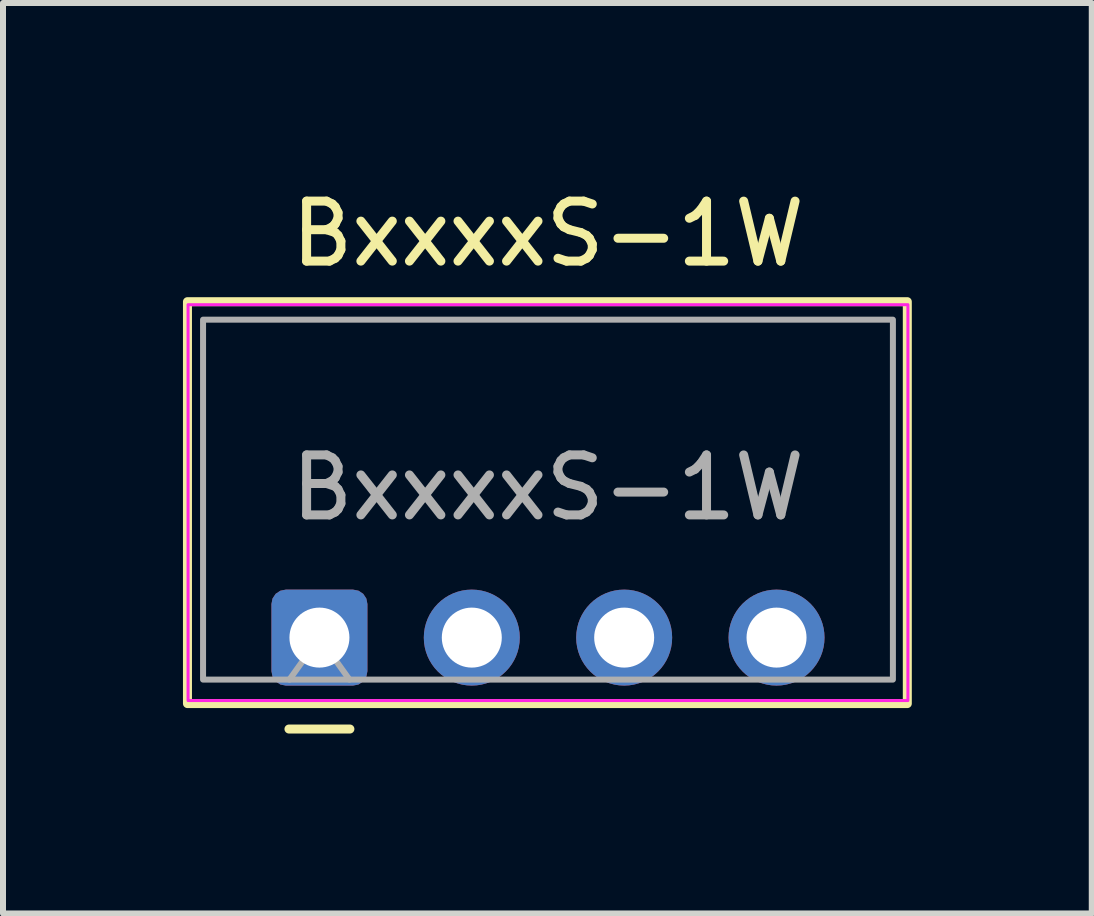
<source format=kicad_pcb>
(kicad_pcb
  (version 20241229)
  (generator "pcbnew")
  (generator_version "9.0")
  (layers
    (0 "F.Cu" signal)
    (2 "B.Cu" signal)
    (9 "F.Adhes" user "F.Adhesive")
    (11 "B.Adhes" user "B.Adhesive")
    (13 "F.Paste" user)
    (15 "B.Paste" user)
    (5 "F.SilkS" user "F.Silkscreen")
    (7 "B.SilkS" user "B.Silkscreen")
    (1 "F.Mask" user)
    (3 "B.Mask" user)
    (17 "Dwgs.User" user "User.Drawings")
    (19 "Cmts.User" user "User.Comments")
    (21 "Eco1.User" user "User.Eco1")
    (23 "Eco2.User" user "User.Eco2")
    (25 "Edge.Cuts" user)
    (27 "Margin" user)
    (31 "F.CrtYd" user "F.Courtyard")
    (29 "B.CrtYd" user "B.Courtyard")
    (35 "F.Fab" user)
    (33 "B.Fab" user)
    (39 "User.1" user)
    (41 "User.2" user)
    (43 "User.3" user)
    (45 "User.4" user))
  (footprint "BxxxxS-1W"
    (layer "F.Cu")
    (at 2.275 7.579)
    (property "Reference" "BxxxxS-1W" (at 3.81 -6.731 0) (unlocked yes) (layer "F.SilkS") (effects (font (size 1 1) (thickness 0.15))))
    (attr through_hole)
    (fp_line (start -0.508 1.524) (end 0.508 1.524) (stroke (width 0.15) (type solid)) (layer "F.SilkS"))
    (fp_rect (start -2.2 -5.6) (end 9.8 1.1) (stroke (width 0.15) (type solid)) (fill no) (layer "F.SilkS"))
    (fp_rect (start -2.19 -5.55) (end 9.81 1.05) (stroke (width 0.05) (type default)) (fill no) (layer "F.CrtYd"))
    (fp_line (start -0.5 0.7) (end 0 0) (stroke (width 0.1) (type default)) (layer "F.Fab"))
    (fp_line (start 0 0) (end 0.5 0.7) (stroke (width 0.1) (type default)) (layer "F.Fab"))
    (fp_rect (start -1.94 -5.3) (end 9.56 0.7) (stroke (width 0.1) (type solid)) (fill no) (layer "F.Fab"))
    (fp_text user "${REFERENCE}" (at 3.81 -2.5 0) (unlocked yes) (layer "F.Fab") (effects (font (size 1 1) (thickness 0.15))))
    (pad "1" thru_hole roundrect (at 0 0 90) (size 1.6 1.6) (drill 1) (layers "*.Cu" "*.Mask") (roundrect_rratio 0.15))
    (pad "2" thru_hole circle (at 2.54 0 90) (size 1.6 1.6) (drill 1) (layers "*.Cu" "*.Mask"))
    (pad "3" thru_hole circle (at 5.08 0 90) (size 1.6 1.6) (drill 1) (layers "*.Cu" "*.Mask"))
    (pad "4" thru_hole circle (at 7.62 0 90) (size 1.6 1.6) (drill 1) (layers "*.Cu" "*.Mask")))
  (gr_rect
    (start -3 -3)
    (end 15.15 12.178)
    (stroke (width 0.1) (type default))
    (fill no)
    (layer "Edge.Cuts")))
</source>
